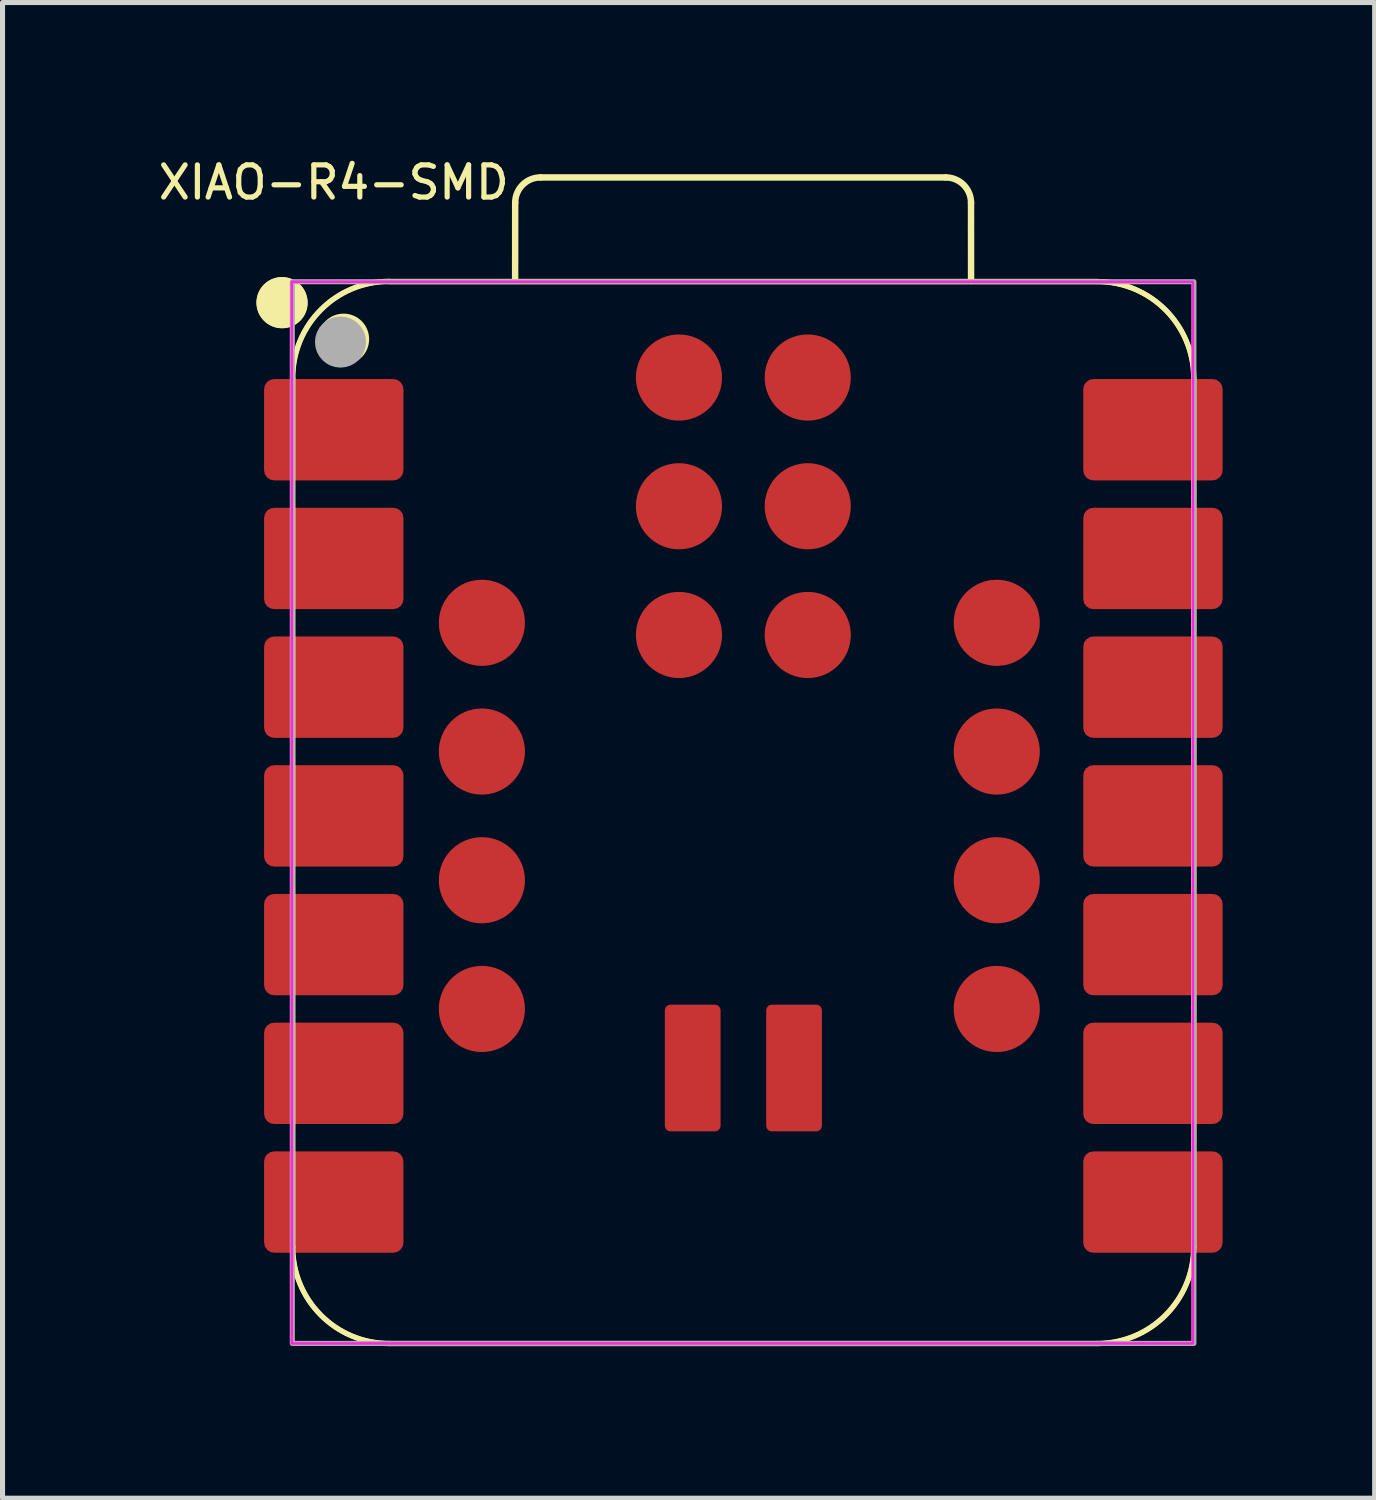
<source format=kicad_pcb>
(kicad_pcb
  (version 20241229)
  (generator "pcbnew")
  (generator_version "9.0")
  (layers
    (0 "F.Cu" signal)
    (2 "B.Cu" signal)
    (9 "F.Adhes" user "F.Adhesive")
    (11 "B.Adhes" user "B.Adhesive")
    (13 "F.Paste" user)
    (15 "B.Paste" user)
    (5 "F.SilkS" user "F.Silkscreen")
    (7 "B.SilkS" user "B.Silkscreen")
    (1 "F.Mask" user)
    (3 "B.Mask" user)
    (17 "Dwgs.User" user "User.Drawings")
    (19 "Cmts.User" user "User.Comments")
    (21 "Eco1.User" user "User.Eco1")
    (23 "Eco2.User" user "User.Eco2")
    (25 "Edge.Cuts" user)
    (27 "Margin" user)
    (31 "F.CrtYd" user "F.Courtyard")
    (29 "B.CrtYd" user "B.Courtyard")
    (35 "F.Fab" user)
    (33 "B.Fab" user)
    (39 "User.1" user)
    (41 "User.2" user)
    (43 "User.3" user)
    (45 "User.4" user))
  (footprint "XIAO-R4-SMD"
    (layer "F.Cu")
    (at 11.536 13.05)
    (property "Reference" "XIAO-R4-SMD" (at -8 -12.5 0) (unlocked yes) (layer "F.SilkS") (effects (font (size 0.635 0.635) (thickness 0.102))))
    (attr smd)
    (fp_line (start -8.813 8.504) (end -8.813 -8.641) (stroke (width 0.1) (type solid)) (layer "F.SilkS"))
    (fp_line (start -8.807 8.509) (end -8.807 -8.636) (stroke (width 0.1) (type solid)) (layer "F.SilkS"))
    (fp_line (start -6.908 10.409) (end 7.062 10.409) (stroke (width 0.1) (type solid)) (layer "F.SilkS"))
    (fp_line (start -6.902 10.414) (end 7.067 10.414) (stroke (width 0.1) (type solid)) (layer "F.SilkS"))
    (fp_line (start -4.421 -10.558) (end -4.42 -12.099) (stroke (width 0.127) (type solid)) (layer "F.SilkS"))
    (fp_line (start -3.92 -12.599) (end 4.075 -12.599) (stroke (width 0.127) (type solid)) (layer "F.SilkS"))
    (fp_line (start 4.575 -12.099) (end 4.576 -10.555) (stroke (width 0.127) (type solid)) (layer "F.SilkS"))
    (fp_line (start 7.062 -10.546) (end -6.908 -10.546) (stroke (width 0.1) (type solid)) (layer "F.SilkS"))
    (fp_line (start 7.062 -10.546) (end -6.908 -10.546) (stroke (width 0.1) (type solid)) (layer "F.SilkS"))
    (fp_line (start 7.062 -10.546) (end -6.908 -10.546) (stroke (width 0.1) (type solid)) (layer "F.SilkS"))
    (fp_line (start 7.067 -10.541) (end -6.902 -10.541) (stroke (width 0.1) (type solid)) (layer "F.SilkS"))
    (fp_line (start 8.967 8.504) (end 8.967 -8.641) (stroke (width 0.1) (type solid)) (layer "F.SilkS"))
    (fp_line (start 8.973 8.509) (end 8.973 -8.636) (stroke (width 0.1) (type solid)) (layer "F.SilkS"))
    (fp_arc (start -8.812512 -8.645012) (mid -8.254547 -9.992047) (end -6.907512 -10.550012) (stroke (width 0.1) (type solid)) (layer "F.SilkS"))
    (fp_arc (start -8.8075 -8.64) (mid -8.249538 -9.987038) (end -6.9025 -10.545) (stroke (width 0.1) (type solid)) (layer "F.SilkS"))
    (fp_arc (start -6.907512 10.408988) (mid -8.25455 9.851026) (end -8.812512 8.503988) (stroke (width 0.1) (type solid)) (layer "F.SilkS"))
    (fp_arc (start -6.9025 10.414) (mid -8.249538 9.856038) (end -8.8075 8.509) (stroke (width 0.1) (type solid)) (layer "F.SilkS"))
    (fp_arc (start -4.419796 -12.099296) (mid -4.273215 -12.452627) (end -3.919796 -12.599024) (stroke (width 0.127) (type default)) (layer "F.SilkS"))
    (fp_arc (start 4.075476 -12.599024) (mid 4.429018 -12.452581) (end 4.575476 -12.099024) (stroke (width 0.127) (type default)) (layer "F.SilkS"))
    (fp_arc (start 7.062488 -10.546012) (mid 8.409528 -9.988051) (end 8.967488 -8.641012) (stroke (width 0.1) (type solid)) (layer "F.SilkS"))
    (fp_arc (start 7.0675 -10.541) (mid 8.414538 -9.983038) (end 8.9725 -8.636) (stroke (width 0.1) (type solid)) (layer "F.SilkS"))
    (fp_arc (start 8.967488 8.503988) (mid 8.409526 9.851026) (end 7.062488 10.408988) (stroke (width 0.1) (type solid)) (layer "F.SilkS"))
    (fp_arc (start 8.9725 8.509) (mid 8.414538 9.856038) (end 7.0675 10.414) (stroke (width 0.1) (type solid)) (layer "F.SilkS"))
    (fp_circle (center -9.023 -10.13) (end -9.023 -10.384) (stroke (width 0.5) (type solid)) (fill yes) (layer "F.SilkS"))
    (fp_circle (center -9.018 -10.125) (end -9.018 -10.379) (stroke (width 0.5) (type solid)) (fill yes) (layer "F.SilkS"))
    (fp_circle (center -7.806 -9.407) (end -7.806 -9.661) (stroke (width 0.5) (type solid)) (fill yes) (layer "F.SilkS"))
    (fp_rect (start -8.828 -10.54) (end 8.953 10.41) (stroke (width 0.05) (type default)) (fill no) (layer "F.CrtYd"))
    (fp_rect (start -8.818 -10.54) (end 8.973 10.41) (stroke (width 0.1) (type default)) (fill no) (layer "F.Fab"))
    (fp_circle (center -7.867 -9.35) (end -7.867 -9.604) (stroke (width 0.5) (type solid)) (fill no) (layer "F.Fab"))
    (pad "1" smd roundrect (at -8 -7.62 180) (size 2.75 2) (layers "F.Cu" "F.Mask" "F.Paste") (roundrect_rratio 0.1))
    (pad "2" smd roundrect (at -8 -5.08 180) (size 2.75 2) (layers "F.Cu" "F.Mask" "F.Paste") (roundrect_rratio 0.1))
    (pad "3" smd roundrect (at -8 -2.54 180) (size 2.75 2) (layers "F.Cu" "F.Mask" "F.Paste") (roundrect_rratio 0.1))
    (pad "4" smd roundrect (at -8 0 180) (size 2.75 2) (layers "F.Cu" "F.Mask" "F.Paste") (roundrect_rratio 0.1))
    (pad "5" smd roundrect (at -8 2.54 180) (size 2.75 2) (layers "F.Cu" "F.Mask" "F.Paste") (roundrect_rratio 0.1))
    (pad "6" smd roundrect (at -8 5.08 180) (size 2.75 2) (layers "F.Cu" "F.Mask" "F.Paste") (roundrect_rratio 0.1))
    (pad "7" smd roundrect (at -8 7.62 180) (size 2.75 2) (layers "F.Cu" "F.Mask" "F.Paste") (roundrect_rratio 0.1))
    (pad "8" smd roundrect (at 8.165 7.62) (size 2.75 2) (layers "F.Cu" "F.Mask" "F.Paste") (roundrect_rratio 0.1))
    (pad "9" smd roundrect (at 8.165 5.08) (size 2.75 2) (layers "F.Cu" "F.Mask" "F.Paste") (roundrect_rratio 0.1))
    (pad "10" smd roundrect (at 8.165 2.54) (size 2.75 2) (layers "F.Cu" "F.Mask" "F.Paste") (roundrect_rratio 0.1))
    (pad "11" smd roundrect (at 8.165 0) (size 2.75 2) (layers "F.Cu" "F.Mask" "F.Paste") (roundrect_rratio 0.1))
    (pad "12" smd roundrect (at 8.165 -2.54) (size 2.75 2) (layers "F.Cu" "F.Mask" "F.Paste") (roundrect_rratio 0.1))
    (pad "13" smd roundrect (at 8.165 -5.08) (size 2.75 2) (layers "F.Cu" "F.Mask" "F.Paste") (roundrect_rratio 0.1))
    (pad "14" smd roundrect (at 8.165 -7.62) (size 2.75 2) (layers "F.Cu" "F.Mask" "F.Paste") (roundrect_rratio 0.1))
    (pad "15" smd circle (at 5.083 -3.81 180) (size 1.7 1.7) (layers "F.Cu" "F.Mask" "F.Paste"))
    (pad "16" smd circle (at 5.083 -1.27 180) (size 1.7 1.7) (layers "F.Cu" "F.Mask" "F.Paste"))
    (pad "17" smd circle (at 5.083 1.27 180) (size 1.7 1.7) (layers "F.Cu" "F.Mask" "F.Paste"))
    (pad "18" smd circle (at 5.083 3.81 180) (size 1.7 1.7) (layers "F.Cu" "F.Mask" "F.Paste"))
    (pad "19" smd circle (at -5.077 3.81 180) (size 1.7 1.7) (layers "F.Cu" "F.Mask" "F.Paste"))
    (pad "20" smd circle (at -5.077 1.27 180) (size 1.7 1.7) (layers "F.Cu" "F.Mask" "F.Paste"))
    (pad "21" smd circle (at -5.077 -1.27 180) (size 1.7 1.7) (layers "F.Cu" "F.Mask" "F.Paste"))
    (pad "22" smd circle (at -5.077 -3.81 180) (size 1.7 1.7) (layers "F.Cu" "F.Mask" "F.Paste"))
    (pad "23" smd circle (at -1.188 -8.65 180) (size 1.7 1.7) (layers "F.Cu" "F.Mask" "F.Paste"))
    (pad "24" smd circle (at -1.188 -6.11 180) (size 1.7 1.7) (layers "F.Cu" "F.Mask" "F.Paste"))
    (pad "25" smd circle (at -1.188 -3.57 180) (size 1.7 1.7) (layers "F.Cu" "F.Mask" "F.Paste"))
    (pad "26" smd circle (at 1.353 -3.57 180) (size 1.7 1.7) (layers "F.Cu" "F.Mask" "F.Paste"))
    (pad "27" smd circle (at 1.353 -6.11 180) (size 1.7 1.7) (layers "F.Cu" "F.Mask" "F.Paste"))
    (pad "28" smd circle (at 1.353 -8.65 180) (size 1.7 1.7) (layers "F.Cu" "F.Mask" "F.Paste"))
    (pad "29" smd roundrect (at -0.917 4.975 270) (size 2.5 1.1) (layers "F.Cu" "F.Mask" "F.Paste") (roundrect_rratio 0.1))
    (pad "30" smd roundrect (at 1.083 4.975 270) (size 2.5 1.1) (layers "F.Cu" "F.Mask" "F.Paste") (roundrect_rratio 0.1)))
  (gr_rect
    (start -3 -3)
    (end 24.076 26.514)
    (stroke (width 0.1) (type default))
    (fill no)
    (layer "Edge.Cuts")))
</source>
